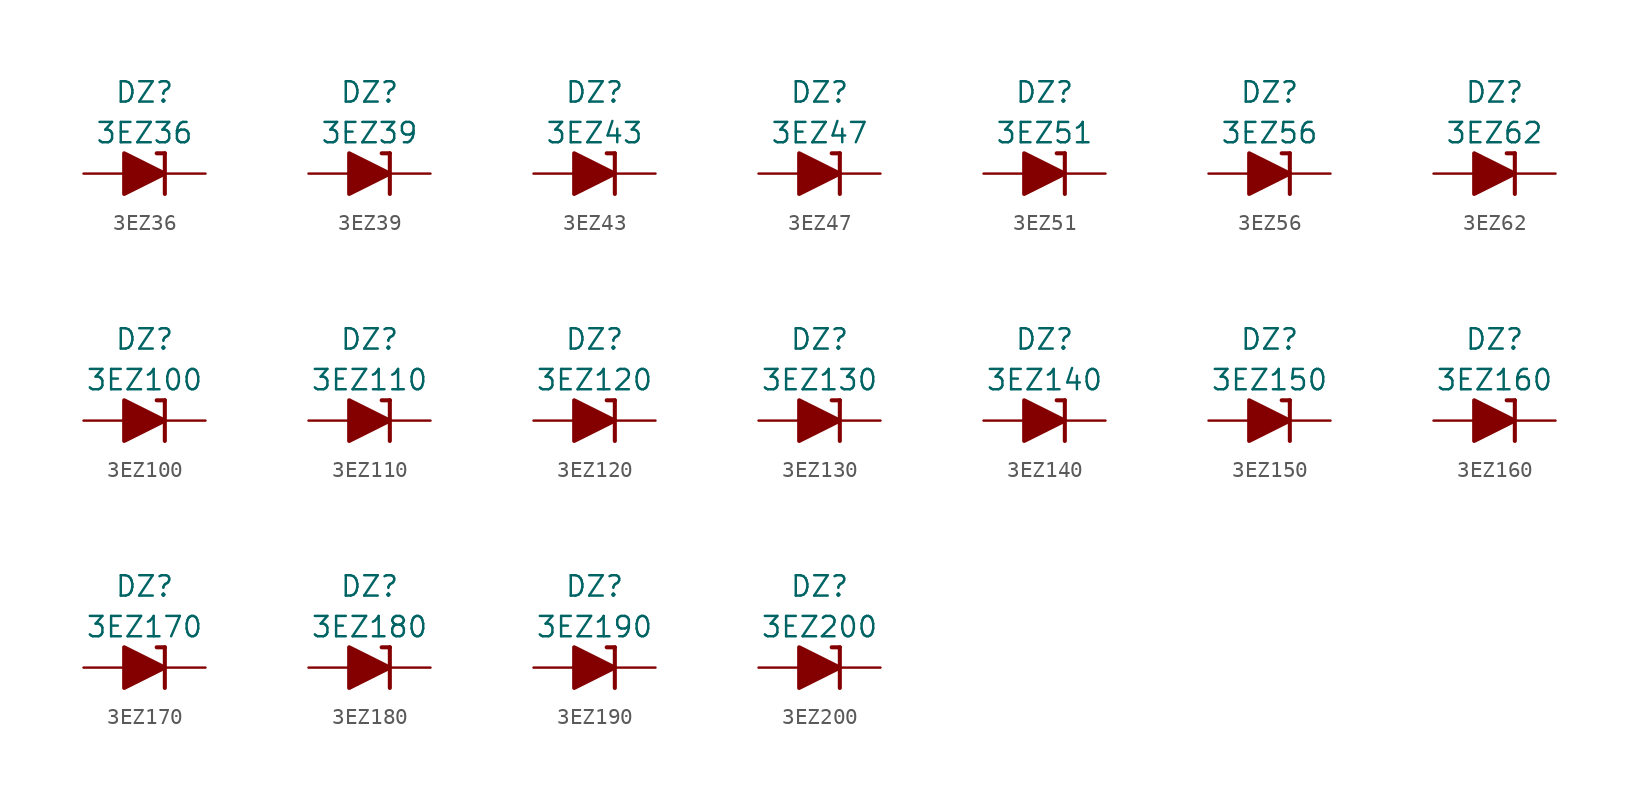
<source format=kicad_sym>
(kicad_symbol_lib
  (version 20211014)
  (generator kicad_symbol_editor)
  (symbol "3EZ36"
    (pin_numbers hide)
    (pin_names
      (offset 1.016) hide)
    (property "Reference" "DZ"
      (at 0 5.08 0)
      (effects (font (size 1.27 1.27))))
    (property "Value" "3EZ36"
      (at 0 2.54 0)
      (effects (font (size 1.27 1.27))))
    (symbol "3EZ36_0_1"
      (polyline (pts (xy -1.27 0) (xy 1.27 0)) (stroke (width 0) (type default) (color 0 0 0 0)) (fill (type none)))
      (polyline (pts (xy 1.27 1.27) (xy 0.762 1.27)) (stroke (width 0.254) (type default) (color 0 0 0 0)) (fill (type none)))
      (polyline (pts (xy 1.27 1.27) (xy 1.27 -1.27)) (stroke (width 0.254) (type default) (color 0 0 0 0)) (fill (type none)))
      (polyline (pts (xy -1.27 -1.27) (xy -1.27 1.27) (xy 1.27 0) (xy -1.27 -1.27)) (stroke (width 0.254) (type default) (color 0 0 0 0)) (fill (type outline))))
    (symbol "3EZ36_1_1"
      (pin passive line (at 3.81 0 180) (length 2.54) (name "K" (effects (font (size 1.27 1.27)))) (number "1" (effects (font (size 1.27 1.27)))))
      (pin passive line (at -3.81 0 0) (length 2.54) (name "A" (effects (font (size 1.27 1.27)))) (number "2" (effects (font (size 1.27 1.27)))))))
  (symbol "3EZ39"
    (pin_numbers hide)
    (pin_names
      (offset 1.016) hide)
    (property "Reference" "DZ"
      (at 0 5.08 0)
      (effects (font (size 1.27 1.27))))
    (property "Value" "3EZ39"
      (at 0 2.54 0)
      (effects (font (size 1.27 1.27))))
    (symbol "3EZ39_0_1"
      (polyline (pts (xy -1.27 0) (xy 1.27 0)) (stroke (width 0) (type default) (color 0 0 0 0)) (fill (type none)))
      (polyline (pts (xy 1.27 1.27) (xy 0.762 1.27)) (stroke (width 0.254) (type default) (color 0 0 0 0)) (fill (type none)))
      (polyline (pts (xy 1.27 1.27) (xy 1.27 -1.27)) (stroke (width 0.254) (type default) (color 0 0 0 0)) (fill (type none)))
      (polyline (pts (xy -1.27 -1.27) (xy -1.27 1.27) (xy 1.27 0) (xy -1.27 -1.27)) (stroke (width 0.254) (type default) (color 0 0 0 0)) (fill (type outline))))
    (symbol "3EZ39_1_1"
      (pin passive line (at 3.81 0 180) (length 2.54) (name "K" (effects (font (size 1.27 1.27)))) (number "1" (effects (font (size 1.27 1.27)))))
      (pin passive line (at -3.81 0 0) (length 2.54) (name "A" (effects (font (size 1.27 1.27)))) (number "2" (effects (font (size 1.27 1.27)))))))
  (symbol "3EZ43"
    (pin_numbers hide)
    (pin_names
      (offset 1.016) hide)
    (property "Reference" "DZ"
      (at 0 5.08 0)
      (effects (font (size 1.27 1.27))))
    (property "Value" "3EZ43"
      (at 0 2.54 0)
      (effects (font (size 1.27 1.27))))
    (symbol "3EZ43_0_1"
      (polyline (pts (xy -1.27 0) (xy 1.27 0)) (stroke (width 0) (type default) (color 0 0 0 0)) (fill (type none)))
      (polyline (pts (xy 1.27 1.27) (xy 0.762 1.27)) (stroke (width 0.254) (type default) (color 0 0 0 0)) (fill (type none)))
      (polyline (pts (xy 1.27 1.27) (xy 1.27 -1.27)) (stroke (width 0.254) (type default) (color 0 0 0 0)) (fill (type none)))
      (polyline (pts (xy -1.27 -1.27) (xy -1.27 1.27) (xy 1.27 0) (xy -1.27 -1.27)) (stroke (width 0.254) (type default) (color 0 0 0 0)) (fill (type outline))))
    (symbol "3EZ43_1_1"
      (pin passive line (at 3.81 0 180) (length 2.54) (name "K" (effects (font (size 1.27 1.27)))) (number "1" (effects (font (size 1.27 1.27)))))
      (pin passive line (at -3.81 0 0) (length 2.54) (name "A" (effects (font (size 1.27 1.27)))) (number "2" (effects (font (size 1.27 1.27)))))))
  (symbol "3EZ47"
    (pin_numbers hide)
    (pin_names
      (offset 1.016) hide)
    (property "Reference" "DZ"
      (at 0 5.08 0)
      (effects (font (size 1.27 1.27))))
    (property "Value" "3EZ47"
      (at 0 2.54 0)
      (effects (font (size 1.27 1.27))))
    (symbol "3EZ47_0_1"
      (polyline (pts (xy -1.27 0) (xy 1.27 0)) (stroke (width 0) (type default) (color 0 0 0 0)) (fill (type none)))
      (polyline (pts (xy 1.27 1.27) (xy 0.762 1.27)) (stroke (width 0.254) (type default) (color 0 0 0 0)) (fill (type none)))
      (polyline (pts (xy 1.27 1.27) (xy 1.27 -1.27)) (stroke (width 0.254) (type default) (color 0 0 0 0)) (fill (type none)))
      (polyline (pts (xy -1.27 -1.27) (xy -1.27 1.27) (xy 1.27 0) (xy -1.27 -1.27)) (stroke (width 0.254) (type default) (color 0 0 0 0)) (fill (type outline))))
    (symbol "3EZ47_1_1"
      (pin passive line (at 3.81 0 180) (length 2.54) (name "K" (effects (font (size 1.27 1.27)))) (number "1" (effects (font (size 1.27 1.27)))))
      (pin passive line (at -3.81 0 0) (length 2.54) (name "A" (effects (font (size 1.27 1.27)))) (number "2" (effects (font (size 1.27 1.27)))))))
  (symbol "3EZ51"
    (pin_numbers hide)
    (pin_names
      (offset 1.016) hide)
    (property "Reference" "DZ"
      (at 0 5.08 0)
      (effects (font (size 1.27 1.27))))
    (property "Value" "3EZ51"
      (at 0 2.54 0)
      (effects (font (size 1.27 1.27))))
    (symbol "3EZ51_0_1"
      (polyline (pts (xy -1.27 0) (xy 1.27 0)) (stroke (width 0) (type default) (color 0 0 0 0)) (fill (type none)))
      (polyline (pts (xy 1.27 1.27) (xy 0.762 1.27)) (stroke (width 0.254) (type default) (color 0 0 0 0)) (fill (type none)))
      (polyline (pts (xy 1.27 1.27) (xy 1.27 -1.27)) (stroke (width 0.254) (type default) (color 0 0 0 0)) (fill (type none)))
      (polyline (pts (xy -1.27 -1.27) (xy -1.27 1.27) (xy 1.27 0) (xy -1.27 -1.27)) (stroke (width 0.254) (type default) (color 0 0 0 0)) (fill (type outline))))
    (symbol "3EZ51_1_1"
      (pin passive line (at 3.81 0 180) (length 2.54) (name "K" (effects (font (size 1.27 1.27)))) (number "1" (effects (font (size 1.27 1.27)))))
      (pin passive line (at -3.81 0 0) (length 2.54) (name "A" (effects (font (size 1.27 1.27)))) (number "2" (effects (font (size 1.27 1.27)))))))
  (symbol "3EZ56"
    (pin_numbers hide)
    (pin_names
      (offset 1.016) hide)
    (property "Reference" "DZ"
      (at 0 5.08 0)
      (effects (font (size 1.27 1.27))))
    (property "Value" "3EZ56"
      (at 0 2.54 0)
      (effects (font (size 1.27 1.27))))
    (symbol "3EZ56_0_1"
      (polyline (pts (xy -1.27 0) (xy 1.27 0)) (stroke (width 0) (type default) (color 0 0 0 0)) (fill (type none)))
      (polyline (pts (xy 1.27 1.27) (xy 0.762 1.27)) (stroke (width 0.254) (type default) (color 0 0 0 0)) (fill (type none)))
      (polyline (pts (xy 1.27 1.27) (xy 1.27 -1.27)) (stroke (width 0.254) (type default) (color 0 0 0 0)) (fill (type none)))
      (polyline (pts (xy -1.27 -1.27) (xy -1.27 1.27) (xy 1.27 0) (xy -1.27 -1.27)) (stroke (width 0.254) (type default) (color 0 0 0 0)) (fill (type outline))))
    (symbol "3EZ56_1_1"
      (pin passive line (at 3.81 0 180) (length 2.54) (name "K" (effects (font (size 1.27 1.27)))) (number "1" (effects (font (size 1.27 1.27)))))
      (pin passive line (at -3.81 0 0) (length 2.54) (name "A" (effects (font (size 1.27 1.27)))) (number "2" (effects (font (size 1.27 1.27)))))))
  (symbol "3EZ62"
    (pin_numbers hide)
    (pin_names
      (offset 1.016) hide)
    (property "Reference" "DZ"
      (at 0 5.08 0)
      (effects (font (size 1.27 1.27))))
    (property "Value" "3EZ62"
      (at 0 2.54 0)
      (effects (font (size 1.27 1.27))))
    (symbol "3EZ62_0_1"
      (polyline (pts (xy -1.27 0) (xy 1.27 0)) (stroke (width 0) (type default) (color 0 0 0 0)) (fill (type none)))
      (polyline (pts (xy 1.27 1.27) (xy 0.762 1.27)) (stroke (width 0.254) (type default) (color 0 0 0 0)) (fill (type none)))
      (polyline (pts (xy 1.27 1.27) (xy 1.27 -1.27)) (stroke (width 0.254) (type default) (color 0 0 0 0)) (fill (type none)))
      (polyline (pts (xy -1.27 -1.27) (xy -1.27 1.27) (xy 1.27 0) (xy -1.27 -1.27)) (stroke (width 0.254) (type default) (color 0 0 0 0)) (fill (type outline))))
    (symbol "3EZ62_1_1"
      (pin passive line (at 3.81 0 180) (length 2.54) (name "K" (effects (font (size 1.27 1.27)))) (number "1" (effects (font (size 1.27 1.27)))))
      (pin passive line (at -3.81 0 0) (length 2.54) (name "A" (effects (font (size 1.27 1.27)))) (number "2" (effects (font (size 1.27 1.27)))))))
  (symbol "3EZ100"
    (pin_numbers hide)
    (pin_names
      (offset 1.016) hide)
    (property "Reference" "DZ"
      (at 0 5.08 0)
      (effects (font (size 1.27 1.27))))
    (property "Value" "3EZ100"
      (at 0 2.54 0)
      (effects (font (size 1.27 1.27))))
    (symbol "3EZ100_0_1"
      (polyline (pts (xy -1.27 0) (xy 1.27 0)) (stroke (width 0) (type default) (color 0 0 0 0)) (fill (type none)))
      (polyline (pts (xy 1.27 1.27) (xy 0.762 1.27)) (stroke (width 0.254) (type default) (color 0 0 0 0)) (fill (type none)))
      (polyline (pts (xy 1.27 1.27) (xy 1.27 -1.27)) (stroke (width 0.254) (type default) (color 0 0 0 0)) (fill (type none)))
      (polyline (pts (xy -1.27 -1.27) (xy -1.27 1.27) (xy 1.27 0) (xy -1.27 -1.27)) (stroke (width 0.254) (type default) (color 0 0 0 0)) (fill (type outline))))
    (symbol "3EZ100_1_1"
      (pin passive line (at 3.81 0 180) (length 2.54) (name "K" (effects (font (size 1.27 1.27)))) (number "1" (effects (font (size 1.27 1.27)))))
      (pin passive line (at -3.81 0 0) (length 2.54) (name "A" (effects (font (size 1.27 1.27)))) (number "2" (effects (font (size 1.27 1.27)))))))
  (symbol "3EZ110"
    (pin_numbers hide)
    (pin_names
      (offset 1.016) hide)
    (property "Reference" "DZ"
      (at 0 5.08 0)
      (effects (font (size 1.27 1.27))))
    (property "Value" "3EZ110"
      (at 0 2.54 0)
      (effects (font (size 1.27 1.27))))
    (symbol "3EZ110_0_1"
      (polyline (pts (xy -1.27 0) (xy 1.27 0)) (stroke (width 0) (type default) (color 0 0 0 0)) (fill (type none)))
      (polyline (pts (xy 1.27 1.27) (xy 0.762 1.27)) (stroke (width 0.254) (type default) (color 0 0 0 0)) (fill (type none)))
      (polyline (pts (xy 1.27 1.27) (xy 1.27 -1.27)) (stroke (width 0.254) (type default) (color 0 0 0 0)) (fill (type none)))
      (polyline (pts (xy -1.27 -1.27) (xy -1.27 1.27) (xy 1.27 0) (xy -1.27 -1.27)) (stroke (width 0.254) (type default) (color 0 0 0 0)) (fill (type outline))))
    (symbol "3EZ110_1_1"
      (pin passive line (at 3.81 0 180) (length 2.54) (name "K" (effects (font (size 1.27 1.27)))) (number "1" (effects (font (size 1.27 1.27)))))
      (pin passive line (at -3.81 0 0) (length 2.54) (name "A" (effects (font (size 1.27 1.27)))) (number "2" (effects (font (size 1.27 1.27)))))))
  (symbol "3EZ120"
    (pin_numbers hide)
    (pin_names
      (offset 1.016) hide)
    (property "Reference" "DZ"
      (at 0 5.08 0)
      (effects (font (size 1.27 1.27))))
    (property "Value" "3EZ120"
      (at 0 2.54 0)
      (effects (font (size 1.27 1.27))))
    (symbol "3EZ120_0_1"
      (polyline (pts (xy -1.27 0) (xy 1.27 0)) (stroke (width 0) (type default) (color 0 0 0 0)) (fill (type none)))
      (polyline (pts (xy 1.27 1.27) (xy 0.762 1.27)) (stroke (width 0.254) (type default) (color 0 0 0 0)) (fill (type none)))
      (polyline (pts (xy 1.27 1.27) (xy 1.27 -1.27)) (stroke (width 0.254) (type default) (color 0 0 0 0)) (fill (type none)))
      (polyline (pts (xy -1.27 -1.27) (xy -1.27 1.27) (xy 1.27 0) (xy -1.27 -1.27)) (stroke (width 0.254) (type default) (color 0 0 0 0)) (fill (type outline))))
    (symbol "3EZ120_1_1"
      (pin passive line (at 3.81 0 180) (length 2.54) (name "K" (effects (font (size 1.27 1.27)))) (number "1" (effects (font (size 1.27 1.27)))))
      (pin passive line (at -3.81 0 0) (length 2.54) (name "A" (effects (font (size 1.27 1.27)))) (number "2" (effects (font (size 1.27 1.27)))))))
  (symbol "3EZ130"
    (pin_numbers hide)
    (pin_names
      (offset 1.016) hide)
    (property "Reference" "DZ"
      (at 0 5.08 0)
      (effects (font (size 1.27 1.27))))
    (property "Value" "3EZ130"
      (at 0 2.54 0)
      (effects (font (size 1.27 1.27))))
    (symbol "3EZ130_0_1"
      (polyline (pts (xy -1.27 0) (xy 1.27 0)) (stroke (width 0) (type default) (color 0 0 0 0)) (fill (type none)))
      (polyline (pts (xy 1.27 1.27) (xy 0.762 1.27)) (stroke (width 0.254) (type default) (color 0 0 0 0)) (fill (type none)))
      (polyline (pts (xy 1.27 1.27) (xy 1.27 -1.27)) (stroke (width 0.254) (type default) (color 0 0 0 0)) (fill (type none)))
      (polyline (pts (xy -1.27 -1.27) (xy -1.27 1.27) (xy 1.27 0) (xy -1.27 -1.27)) (stroke (width 0.254) (type default) (color 0 0 0 0)) (fill (type outline))))
    (symbol "3EZ130_1_1"
      (pin passive line (at 3.81 0 180) (length 2.54) (name "K" (effects (font (size 1.27 1.27)))) (number "1" (effects (font (size 1.27 1.27)))))
      (pin passive line (at -3.81 0 0) (length 2.54) (name "A" (effects (font (size 1.27 1.27)))) (number "2" (effects (font (size 1.27 1.27)))))))
  (symbol "3EZ140"
    (pin_numbers hide)
    (pin_names
      (offset 1.016) hide)
    (property "Reference" "DZ"
      (at 0 5.08 0)
      (effects (font (size 1.27 1.27))))
    (property "Value" "3EZ140"
      (at 0 2.54 0)
      (effects (font (size 1.27 1.27))))
    (symbol "3EZ140_0_1"
      (polyline (pts (xy -1.27 0) (xy 1.27 0)) (stroke (width 0) (type default) (color 0 0 0 0)) (fill (type none)))
      (polyline (pts (xy 1.27 1.27) (xy 0.762 1.27)) (stroke (width 0.254) (type default) (color 0 0 0 0)) (fill (type none)))
      (polyline (pts (xy 1.27 1.27) (xy 1.27 -1.27)) (stroke (width 0.254) (type default) (color 0 0 0 0)) (fill (type none)))
      (polyline (pts (xy -1.27 -1.27) (xy -1.27 1.27) (xy 1.27 0) (xy -1.27 -1.27)) (stroke (width 0.254) (type default) (color 0 0 0 0)) (fill (type outline))))
    (symbol "3EZ140_1_1"
      (pin passive line (at 3.81 0 180) (length 2.54) (name "K" (effects (font (size 1.27 1.27)))) (number "1" (effects (font (size 1.27 1.27)))))
      (pin passive line (at -3.81 0 0) (length 2.54) (name "A" (effects (font (size 1.27 1.27)))) (number "2" (effects (font (size 1.27 1.27)))))))
  (symbol "3EZ150"
    (pin_numbers hide)
    (pin_names
      (offset 1.016) hide)
    (property "Reference" "DZ"
      (at 0 5.08 0)
      (effects (font (size 1.27 1.27))))
    (property "Value" "3EZ150"
      (at 0 2.54 0)
      (effects (font (size 1.27 1.27))))
    (symbol "3EZ150_0_1"
      (polyline (pts (xy -1.27 0) (xy 1.27 0)) (stroke (width 0) (type default) (color 0 0 0 0)) (fill (type none)))
      (polyline (pts (xy 1.27 1.27) (xy 0.762 1.27)) (stroke (width 0.254) (type default) (color 0 0 0 0)) (fill (type none)))
      (polyline (pts (xy 1.27 1.27) (xy 1.27 -1.27)) (stroke (width 0.254) (type default) (color 0 0 0 0)) (fill (type none)))
      (polyline (pts (xy -1.27 -1.27) (xy -1.27 1.27) (xy 1.27 0) (xy -1.27 -1.27)) (stroke (width 0.254) (type default) (color 0 0 0 0)) (fill (type outline))))
    (symbol "3EZ150_1_1"
      (pin passive line (at 3.81 0 180) (length 2.54) (name "K" (effects (font (size 1.27 1.27)))) (number "1" (effects (font (size 1.27 1.27)))))
      (pin passive line (at -3.81 0 0) (length 2.54) (name "A" (effects (font (size 1.27 1.27)))) (number "2" (effects (font (size 1.27 1.27)))))))
  (symbol "3EZ160"
    (pin_numbers hide)
    (pin_names
      (offset 1.016) hide)
    (property "Reference" "DZ"
      (at 0 5.08 0)
      (effects (font (size 1.27 1.27))))
    (property "Value" "3EZ160"
      (at 0 2.54 0)
      (effects (font (size 1.27 1.27))))
    (symbol "3EZ160_0_1"
      (polyline (pts (xy -1.27 0) (xy 1.27 0)) (stroke (width 0) (type default) (color 0 0 0 0)) (fill (type none)))
      (polyline (pts (xy 1.27 1.27) (xy 0.762 1.27)) (stroke (width 0.254) (type default) (color 0 0 0 0)) (fill (type none)))
      (polyline (pts (xy 1.27 1.27) (xy 1.27 -1.27)) (stroke (width 0.254) (type default) (color 0 0 0 0)) (fill (type none)))
      (polyline (pts (xy -1.27 -1.27) (xy -1.27 1.27) (xy 1.27 0) (xy -1.27 -1.27)) (stroke (width 0.254) (type default) (color 0 0 0 0)) (fill (type outline))))
    (symbol "3EZ160_1_1"
      (pin passive line (at 3.81 0 180) (length 2.54) (name "K" (effects (font (size 1.27 1.27)))) (number "1" (effects (font (size 1.27 1.27)))))
      (pin passive line (at -3.81 0 0) (length 2.54) (name "A" (effects (font (size 1.27 1.27)))) (number "2" (effects (font (size 1.27 1.27)))))))
  (symbol "3EZ170"
    (pin_numbers hide)
    (pin_names
      (offset 1.016) hide)
    (property "Reference" "DZ"
      (at 0 5.08 0)
      (effects (font (size 1.27 1.27))))
    (property "Value" "3EZ170"
      (at 0 2.54 0)
      (effects (font (size 1.27 1.27))))
    (symbol "3EZ170_0_1"
      (polyline (pts (xy -1.27 0) (xy 1.27 0)) (stroke (width 0) (type default) (color 0 0 0 0)) (fill (type none)))
      (polyline (pts (xy 1.27 1.27) (xy 0.762 1.27)) (stroke (width 0.254) (type default) (color 0 0 0 0)) (fill (type none)))
      (polyline (pts (xy 1.27 1.27) (xy 1.27 -1.27)) (stroke (width 0.254) (type default) (color 0 0 0 0)) (fill (type none)))
      (polyline (pts (xy -1.27 -1.27) (xy -1.27 1.27) (xy 1.27 0) (xy -1.27 -1.27)) (stroke (width 0.254) (type default) (color 0 0 0 0)) (fill (type outline))))
    (symbol "3EZ170_1_1"
      (pin passive line (at 3.81 0 180) (length 2.54) (name "K" (effects (font (size 1.27 1.27)))) (number "1" (effects (font (size 1.27 1.27)))))
      (pin passive line (at -3.81 0 0) (length 2.54) (name "A" (effects (font (size 1.27 1.27)))) (number "2" (effects (font (size 1.27 1.27)))))))
  (symbol "3EZ180"
    (pin_numbers hide)
    (pin_names
      (offset 1.016) hide)
    (property "Reference" "DZ"
      (at 0 5.08 0)
      (effects (font (size 1.27 1.27))))
    (property "Value" "3EZ180"
      (at 0 2.54 0)
      (effects (font (size 1.27 1.27))))
    (symbol "3EZ180_0_1"
      (polyline (pts (xy -1.27 0) (xy 1.27 0)) (stroke (width 0) (type default) (color 0 0 0 0)) (fill (type none)))
      (polyline (pts (xy 1.27 1.27) (xy 0.762 1.27)) (stroke (width 0.254) (type default) (color 0 0 0 0)) (fill (type none)))
      (polyline (pts (xy 1.27 1.27) (xy 1.27 -1.27)) (stroke (width 0.254) (type default) (color 0 0 0 0)) (fill (type none)))
      (polyline (pts (xy -1.27 -1.27) (xy -1.27 1.27) (xy 1.27 0) (xy -1.27 -1.27)) (stroke (width 0.254) (type default) (color 0 0 0 0)) (fill (type outline))))
    (symbol "3EZ180_1_1"
      (pin passive line (at 3.81 0 180) (length 2.54) (name "K" (effects (font (size 1.27 1.27)))) (number "1" (effects (font (size 1.27 1.27)))))
      (pin passive line (at -3.81 0 0) (length 2.54) (name "A" (effects (font (size 1.27 1.27)))) (number "2" (effects (font (size 1.27 1.27)))))))
  (symbol "3EZ190"
    (pin_numbers hide)
    (pin_names
      (offset 1.016) hide)
    (property "Reference" "DZ"
      (at 0 5.08 0)
      (effects (font (size 1.27 1.27))))
    (property "Value" "3EZ190"
      (at 0 2.54 0)
      (effects (font (size 1.27 1.27))))
    (symbol "3EZ190_0_1"
      (polyline (pts (xy -1.27 0) (xy 1.27 0)) (stroke (width 0) (type default) (color 0 0 0 0)) (fill (type none)))
      (polyline (pts (xy 1.27 1.27) (xy 0.762 1.27)) (stroke (width 0.254) (type default) (color 0 0 0 0)) (fill (type none)))
      (polyline (pts (xy 1.27 1.27) (xy 1.27 -1.27)) (stroke (width 0.254) (type default) (color 0 0 0 0)) (fill (type none)))
      (polyline (pts (xy -1.27 -1.27) (xy -1.27 1.27) (xy 1.27 0) (xy -1.27 -1.27)) (stroke (width 0.254) (type default) (color 0 0 0 0)) (fill (type outline))))
    (symbol "3EZ190_1_1"
      (pin passive line (at 3.81 0 180) (length 2.54) (name "K" (effects (font (size 1.27 1.27)))) (number "1" (effects (font (size 1.27 1.27)))))
      (pin passive line (at -3.81 0 0) (length 2.54) (name "A" (effects (font (size 1.27 1.27)))) (number "2" (effects (font (size 1.27 1.27)))))))
  (symbol "3EZ200"
    (pin_numbers hide)
    (pin_names
      (offset 1.016) hide)
    (property "Reference" "DZ"
      (at 0 5.08 0)
      (effects (font (size 1.27 1.27))))
    (property "Value" "3EZ200"
      (at 0 2.54 0)
      (effects (font (size 1.27 1.27))))
    (symbol "3EZ200_0_1"
      (polyline (pts (xy -1.27 0) (xy 1.27 0)) (stroke (width 0) (type default) (color 0 0 0 0)) (fill (type none)))
      (polyline (pts (xy 1.27 1.27) (xy 0.762 1.27)) (stroke (width 0.254) (type default) (color 0 0 0 0)) (fill (type none)))
      (polyline (pts (xy 1.27 1.27) (xy 1.27 -1.27)) (stroke (width 0.254) (type default) (color 0 0 0 0)) (fill (type none)))
      (polyline (pts (xy -1.27 -1.27) (xy -1.27 1.27) (xy 1.27 0) (xy -1.27 -1.27)) (stroke (width 0.254) (type default) (color 0 0 0 0)) (fill (type outline))))
    (symbol "3EZ200_1_1"
      (pin passive line (at 3.81 0 180) (length 2.54) (name "K" (effects (font (size 1.27 1.27)))) (number "1" (effects (font (size 1.27 1.27)))))
      (pin passive line (at -3.81 0 0) (length 2.54) (name "A" (effects (font (size 1.27 1.27)))) (number "2" (effects (font (size 1.27 1.27))))))))
</source>
